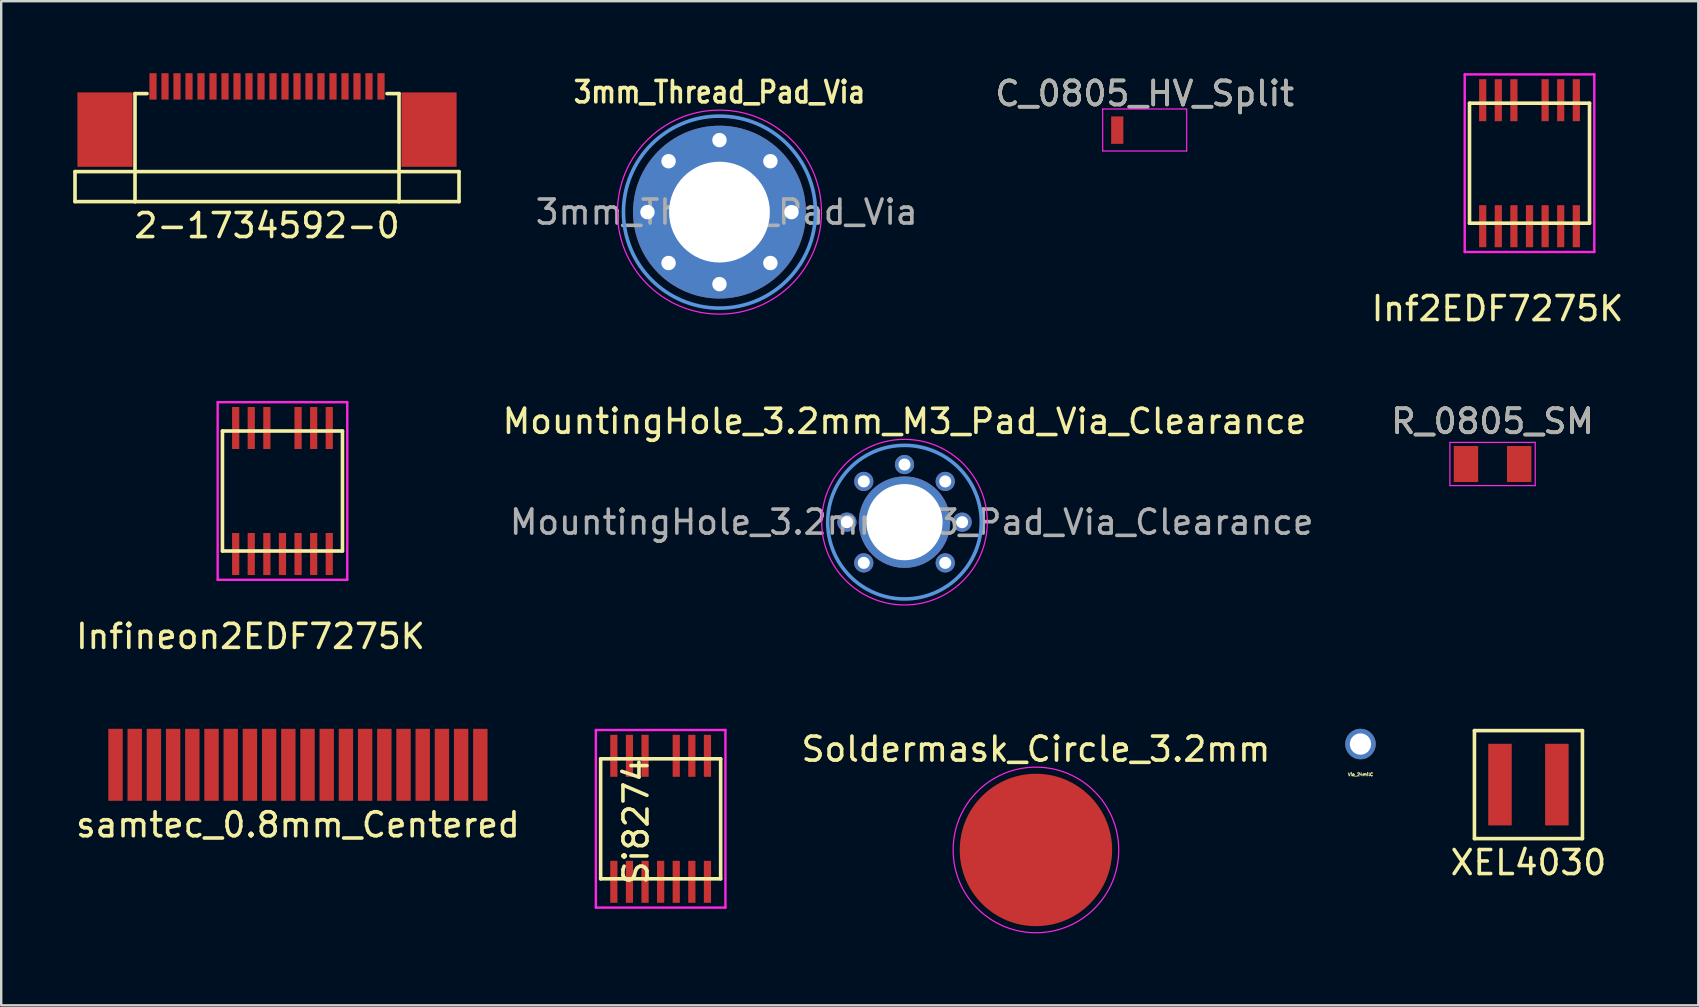
<source format=kicad_pcb>
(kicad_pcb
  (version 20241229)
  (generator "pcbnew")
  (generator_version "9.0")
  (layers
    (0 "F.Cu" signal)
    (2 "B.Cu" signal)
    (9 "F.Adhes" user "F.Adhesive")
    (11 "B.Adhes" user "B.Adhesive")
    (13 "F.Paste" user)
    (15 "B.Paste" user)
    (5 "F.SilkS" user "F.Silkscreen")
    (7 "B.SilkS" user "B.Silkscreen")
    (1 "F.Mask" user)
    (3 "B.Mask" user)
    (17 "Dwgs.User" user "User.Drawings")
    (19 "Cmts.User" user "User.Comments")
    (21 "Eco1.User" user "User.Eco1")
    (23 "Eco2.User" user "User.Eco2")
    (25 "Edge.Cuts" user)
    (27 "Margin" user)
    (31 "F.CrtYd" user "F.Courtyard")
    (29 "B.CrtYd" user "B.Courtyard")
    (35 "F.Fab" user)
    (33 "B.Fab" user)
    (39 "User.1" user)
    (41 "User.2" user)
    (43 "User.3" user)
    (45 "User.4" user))
  (footprint "2-1734592-0"
    (layer "F.Cu")
    (at 8.075 5.35)
    (property "Reference" "2-1734592-0" (at 0 1 0) (layer "F.SilkS") (effects (font (size 1 1) (thickness 0.15))))
    (attr through_hole)
    (fp_line (start -8 -1.25) (end -8 0) (stroke (width 0.15) (type solid)) (layer "F.SilkS"))
    (fp_line (start -8 -1.25) (end -5.5 -1.25) (stroke (width 0.15) (type solid)) (layer "F.SilkS"))
    (fp_line (start -5.5 -4.5) (end -5 -4.5) (stroke (width 0.15) (type solid)) (layer "F.SilkS"))
    (fp_line (start -5.5 -1.25) (end 5.5 -1.25) (stroke (width 0.15) (type solid)) (layer "F.SilkS"))
    (fp_line (start -5.5 0) (end -8 0) (stroke (width 0.15) (type solid)) (layer "F.SilkS"))
    (fp_line (start -5.5 0) (end -5.5 -4.5) (stroke (width 0.15) (type solid)) (layer "F.SilkS"))
    (fp_line (start -5.5 0) (end 5.5 0) (stroke (width 0.15) (type solid)) (layer "F.SilkS"))
    (fp_line (start 5 -4.5) (end 5.5 -4.5) (stroke (width 0.15) (type solid)) (layer "F.SilkS"))
    (fp_line (start 5.5 -4.5) (end 5.5 0) (stroke (width 0.15) (type solid)) (layer "F.SilkS"))
    (fp_line (start 5.5 -1.25) (end 8 -1.25) (stroke (width 0.15) (type solid)) (layer "F.SilkS"))
    (fp_line (start 8 0) (end 5.5 0) (stroke (width 0.15) (type solid)) (layer "F.SilkS"))
    (fp_line (start 8 0) (end 8 -1.25) (stroke (width 0.15) (type solid)) (layer "F.SilkS"))
    (pad "1" smd rect (at -4.75 -4.8) (size 0.3 1.1) (layers "F.Cu" "F.Mask" "F.Paste"))
    (pad "2" smd rect (at -4.25 -4.8) (size 0.3 1.1) (layers "F.Cu" "F.Mask" "F.Paste"))
    (pad "3" smd rect (at -3.75 -4.8) (size 0.3 1.1) (layers "F.Cu" "F.Mask" "F.Paste"))
    (pad "4" smd rect (at -3.25 -4.8) (size 0.3 1.1) (layers "F.Cu" "F.Mask" "F.Paste"))
    (pad "5" smd rect (at -2.75 -4.8) (size 0.3 1.1) (layers "F.Cu" "F.Mask" "F.Paste"))
    (pad "6" smd rect (at -2.25 -4.8) (size 0.3 1.1) (layers "F.Cu" "F.Mask" "F.Paste"))
    (pad "7" smd rect (at -1.75 -4.8) (size 0.3 1.1) (layers "F.Cu" "F.Mask" "F.Paste"))
    (pad "8" smd rect (at -1.25 -4.8) (size 0.3 1.1) (layers "F.Cu" "F.Mask" "F.Paste"))
    (pad "9" smd rect (at -0.75 -4.8) (size 0.3 1.1) (layers "F.Cu" "F.Mask" "F.Paste"))
    (pad "10" smd rect (at -0.25 -4.8) (size 0.3 1.1) (layers "F.Cu" "F.Mask" "F.Paste"))
    (pad "11" smd rect (at 0.25 -4.8) (size 0.3 1.1) (layers "F.Cu" "F.Mask" "F.Paste"))
    (pad "12" smd rect (at 0.75 -4.8) (size 0.3 1.1) (layers "F.Cu" "F.Mask" "F.Paste"))
    (pad "13" smd rect (at 1.25 -4.8) (size 0.3 1.1) (layers "F.Cu" "F.Mask" "F.Paste"))
    (pad "14" smd rect (at 1.75 -4.8) (size 0.3 1.1) (layers "F.Cu" "F.Mask" "F.Paste"))
    (pad "15" smd rect (at 2.25 -4.8) (size 0.3 1.1) (layers "F.Cu" "F.Mask" "F.Paste"))
    (pad "16" smd rect (at 2.75 -4.8) (size 0.3 1.1) (layers "F.Cu" "F.Mask" "F.Paste"))
    (pad "17" smd rect (at 3.25 -4.8) (size 0.3 1.1) (layers "F.Cu" "F.Mask" "F.Paste"))
    (pad "18" smd rect (at 3.75 -4.8) (size 0.3 1.1) (layers "F.Cu" "F.Mask" "F.Paste"))
    (pad "19" smd rect (at 4.25 -4.8) (size 0.3 1.1) (layers "F.Cu" "F.Mask" "F.Paste"))
    (pad "20" smd rect (at 4.75 -4.8) (size 0.3 1.1) (layers "F.Cu" "F.Mask" "F.Paste"))
    (pad "21" smd rect (at -6.75 -3) (size 2.3 3.1) (layers "F.Cu" "F.Mask" "F.Paste"))
    (pad "21" smd rect (at 6.75 -3) (size 2.3 3.1) (layers "F.Cu" "F.Mask" "F.Paste")))
  (footprint "C_0805_HV_Split"
    (layer "F.Cu")
    (at 44.644 2.372)
    (property "Reference" "C_0805_HV_Split" (at 0 -1.524 0) (layer "F.SilkS") (effects (font (size 1 1) (thickness 0.15))))
    (attr smd)
    (fp_line (start -1.75 -0.88) (end -1.75 0.87) (stroke (width 0.05) (type solid)) (layer "F.CrtYd"))
    (fp_line (start -1.75 -0.88) (end 1.75 -0.88) (stroke (width 0.05) (type solid)) (layer "F.CrtYd"))
    (fp_line (start 1.75 0.87) (end -1.75 0.87) (stroke (width 0.05) (type solid)) (layer "F.CrtYd"))
    (fp_line (start 1.75 0.87) (end 1.75 -0.88) (stroke (width 0.05) (type solid)) (layer "F.CrtYd"))
    (fp_text user "${REFERENCE}" (at 0 -1.524 0) (layer "F.Fab") (effects (font (size 1 1) (thickness 0.15))))
    (pad "1" smd rect (at -1.143 0) (size 0.508 1.143) (layers "F.Cu" "F.Mask" "F.Paste")))
  (footprint "MountingHole_3.2mm_M3_Pad_Via_Clearance"
    (layer "F.Cu")
    (at 34.637 18.706)
    (property "Reference" "MountingHole_3.2mm_M3_Pad_Via_Clearance" (at 0 -4.2 0) (layer "F.SilkS") (effects (font (size 1 1) (thickness 0.15))))
    (attr exclude_from_pos_files exclude_from_bom)
    (fp_circle (center 0 0) (end 3.2 0) (stroke (width 0.15) (type solid)) (fill no) (layer "Cmts.User"))
    (fp_circle (center 0 0) (end 3.45 0) (stroke (width 0.05) (type solid)) (fill no) (layer "F.CrtYd"))
    (fp_text user "${REFERENCE}" (at 0.3 0 0) (layer "F.Fab") (effects (font (size 1 1) (thickness 0.15))))
    (pad "1" thru_hole circle (at -2.4 0) (size 0.8 0.8) (drill 0.5) (layers "*.Cu" "*.Mask"))
    (pad "1" thru_hole circle (at -1.697 -1.697) (size 0.8 0.8) (drill 0.5) (layers "*.Cu" "*.Mask"))
    (pad "1" thru_hole circle (at -1.697 1.697) (size 0.8 0.8) (drill 0.5) (layers "*.Cu" "*.Mask"))
    (pad "1" thru_hole circle (at 0 -2.4) (size 0.8 0.8) (drill 0.5) (layers "*.Cu" "*.Mask"))
    (pad "1" thru_hole circle (at 0 0) (size 3.81 3.81) (drill 3.175) (layers "*.Cu" "*.Mask"))
    (pad "1" thru_hole circle (at 1.697 -1.697) (size 0.8 0.8) (drill 0.5) (layers "*.Cu" "*.Mask"))
    (pad "1" thru_hole circle (at 1.697 1.697) (size 0.8 0.8) (drill 0.5) (layers "*.Cu" "*.Mask"))
    (pad "1" thru_hole circle (at 2.4 0) (size 0.8 0.8) (drill 0.5) (layers "*.Cu" "*.Mask")))
  (footprint "Infineon2EDF7275K"
    (layer "F.Cu")
    (at 6.219 14.908)
    (property "Reference" "Infineon2EDF7275K" (at 1.168 8.56 0) (layer "F.SilkS") (effects (font (size 1 1) (thickness 0.15))))
    (attr through_hole)
    (fp_line (start 0 0) (end 0 5) (stroke (width 0.15) (type solid)) (layer "F.SilkS"))
    (fp_line (start 0 0) (end 5 0) (stroke (width 0.15) (type solid)) (layer "F.SilkS"))
    (fp_line (start 0 5) (end 5 5) (stroke (width 0.15) (type solid)) (layer "F.SilkS"))
    (fp_line (start 5 0) (end 5 5) (stroke (width 0.15) (type solid)) (layer "F.SilkS"))
    (fp_line (start -0.2 -1.2) (end -0.2 6.2) (stroke (width 0.1) (type solid)) (layer "F.CrtYd"))
    (fp_line (start -0.2 -1.2) (end 5.2 -1.2) (stroke (width 0.1) (type solid)) (layer "F.CrtYd"))
    (fp_line (start -0.2 6.2) (end 5.2 6.2) (stroke (width 0.1) (type solid)) (layer "F.CrtYd"))
    (fp_line (start 5.2 -1.2) (end 5.2 6.2) (stroke (width 0.1) (type solid)) (layer "F.CrtYd"))
    (pad "1" smd rect (at 4.45 5.125) (size 0.3 1.75) (layers "F.Cu" "F.Mask" "F.Paste"))
    (pad "2" smd rect (at 3.8 5.125) (size 0.3 1.75) (layers "F.Cu" "F.Mask" "F.Paste"))
    (pad "3" smd rect (at 3.15 5.125) (size 0.3 1.75) (layers "F.Cu" "F.Mask" "F.Paste"))
    (pad "4" smd rect (at 2.5 5.125) (size 0.3 1.75) (layers "F.Cu" "F.Mask" "F.Paste"))
    (pad "5" smd rect (at 1.85 5.125) (size 0.3 1.75) (layers "F.Cu" "F.Mask" "F.Paste"))
    (pad "6" smd rect (at 1.2 5.125) (size 0.3 1.75) (layers "F.Cu" "F.Mask" "F.Paste"))
    (pad "7" smd rect (at 0.55 5.125) (size 0.3 1.75) (layers "F.Cu" "F.Mask" "F.Paste"))
    (pad "8" smd rect (at 0.55 -0.125) (size 0.3 1.75) (layers "F.Cu" "F.Mask" "F.Paste"))
    (pad "9" smd rect (at 1.2 -0.125) (size 0.3 1.75) (layers "F.Cu" "F.Mask" "F.Paste"))
    (pad "10" smd rect (at 1.85 -0.125) (size 0.3 1.75) (layers "F.Cu" "F.Mask" "F.Paste"))
    (pad "11" smd rect (at 3.15 -0.125) (size 0.3 1.75) (layers "F.Cu" "F.Mask" "F.Paste"))
    (pad "12" smd rect (at 3.8 -0.125) (size 0.3 1.75) (layers "F.Cu" "F.Mask" "F.Paste"))
    (pad "13" smd rect (at 4.45 -0.125) (size 0.3 1.75) (layers "F.Cu" "F.Mask" "F.Paste")))
  (footprint "Inf2EDF7275K"
    (layer "F.Cu")
    (at 58.178 1.25)
    (property "Reference" "Inf2EDF7275K" (at 1.168 8.56 0) (layer "F.SilkS") (effects (font (size 1 1) (thickness 0.15))))
    (attr through_hole)
    (fp_line (start 0 0) (end 0 5) (stroke (width 0.15) (type solid)) (layer "F.SilkS"))
    (fp_line (start 0 0) (end 5 0) (stroke (width 0.15) (type solid)) (layer "F.SilkS"))
    (fp_line (start 0 5) (end 5 5) (stroke (width 0.15) (type solid)) (layer "F.SilkS"))
    (fp_line (start 5 0) (end 5 5) (stroke (width 0.15) (type solid)) (layer "F.SilkS"))
    (fp_line (start -0.2 -1.2) (end -0.2 6.2) (stroke (width 0.1) (type solid)) (layer "F.CrtYd"))
    (fp_line (start -0.2 -1.2) (end 5.2 -1.2) (stroke (width 0.1) (type solid)) (layer "F.CrtYd"))
    (fp_line (start -0.2 6.2) (end 5.2 6.2) (stroke (width 0.1) (type solid)) (layer "F.CrtYd"))
    (fp_line (start 5.2 -1.2) (end 5.2 6.2) (stroke (width 0.1) (type solid)) (layer "F.CrtYd"))
    (pad "1" smd rect (at 4.45 5.125) (size 0.3 1.75) (layers "F.Cu" "F.Mask" "F.Paste"))
    (pad "2" smd rect (at 3.8 5.125) (size 0.3 1.75) (layers "F.Cu" "F.Mask" "F.Paste"))
    (pad "3" smd rect (at 3.15 5.125) (size 0.3 1.75) (layers "F.Cu" "F.Mask" "F.Paste"))
    (pad "4" smd rect (at 2.5 5.125) (size 0.3 1.75) (layers "F.Cu" "F.Mask" "F.Paste"))
    (pad "5" smd rect (at 1.85 5.125) (size 0.3 1.75) (layers "F.Cu" "F.Mask" "F.Paste"))
    (pad "6" smd rect (at 1.2 5.125) (size 0.3 1.75) (layers "F.Cu" "F.Mask" "F.Paste"))
    (pad "7" smd rect (at 0.55 5.125) (size 0.3 1.75) (layers "F.Cu" "F.Mask" "F.Paste"))
    (pad "8" smd rect (at 0.55 -0.125) (size 0.3 1.75) (layers "F.Cu" "F.Mask" "F.Paste"))
    (pad "9" smd rect (at 1.2 -0.125) (size 0.3 1.75) (layers "F.Cu" "F.Mask" "F.Paste"))
    (pad "10" smd rect (at 1.85 -0.125) (size 0.3 1.75) (layers "F.Cu" "F.Mask" "F.Paste"))
    (pad "11" smd rect (at 3.15 -0.125) (size 0.3 1.75) (layers "F.Cu" "F.Mask" "F.Paste"))
    (pad "12" smd rect (at 3.8 -0.125) (size 0.3 1.75) (layers "F.Cu" "F.Mask" "F.Paste"))
    (pad "13" smd rect (at 4.45 -0.125) (size 0.3 1.75) (layers "F.Cu" "F.Mask" "F.Paste")))
  (footprint "Si8274"
    (layer "F.Cu")
    (at 21.976 28.566)
    (property "Reference" "Si8274" (at 1.475 2.617 90) (layer "F.SilkS") (effects (font (size 1 1) (thickness 0.15))))
    (attr through_hole)
    (fp_line (start 0 0) (end 0 5) (stroke (width 0.15) (type solid)) (layer "F.SilkS"))
    (fp_line (start 0 0) (end 5 0) (stroke (width 0.15) (type solid)) (layer "F.SilkS"))
    (fp_line (start 0 5) (end 5 5) (stroke (width 0.15) (type solid)) (layer "F.SilkS"))
    (fp_line (start 5 0) (end 5 5) (stroke (width 0.15) (type solid)) (layer "F.SilkS"))
    (fp_line (start -0.2 -1.2) (end -0.2 6.2) (stroke (width 0.1) (type solid)) (layer "F.CrtYd"))
    (fp_line (start -0.2 -1.2) (end 5.2 -1.2) (stroke (width 0.1) (type solid)) (layer "F.CrtYd"))
    (fp_line (start -0.2 6.2) (end 5.2 6.2) (stroke (width 0.1) (type solid)) (layer "F.CrtYd"))
    (fp_line (start 5.2 -1.2) (end 5.2 6.2) (stroke (width 0.1) (type solid)) (layer "F.CrtYd"))
    (pad "1" smd rect (at 0.55 5.125) (size 0.3 1.75) (layers "F.Cu" "F.Mask" "F.Paste"))
    (pad "2" smd rect (at 1.2 5.125) (size 0.3 1.75) (layers "F.Cu" "F.Mask" "F.Paste"))
    (pad "3" smd rect (at 1.85 5.125) (size 0.3 1.75) (layers "F.Cu" "F.Mask" "F.Paste"))
    (pad "4" smd rect (at 2.5 5.125) (size 0.3 1.75) (layers "F.Cu" "F.Mask" "F.Paste"))
    (pad "5" smd rect (at 3.15 5.125) (size 0.3 1.75) (layers "F.Cu" "F.Mask" "F.Paste"))
    (pad "6" smd rect (at 3.8 5.125) (size 0.3 1.75) (layers "F.Cu" "F.Mask" "F.Paste"))
    (pad "7" smd rect (at 4.45 5.125) (size 0.3 1.75) (layers "F.Cu" "F.Mask" "F.Paste"))
    (pad "8" smd rect (at 4.45 -0.125) (size 0.3 1.75) (layers "F.Cu" "F.Mask" "F.Paste"))
    (pad "9" smd rect (at 3.8 -0.125) (size 0.3 1.75) (layers "F.Cu" "F.Mask" "F.Paste"))
    (pad "10" smd rect (at 3.15 -0.125) (size 0.3 1.75) (layers "F.Cu" "F.Mask" "F.Paste"))
    (pad "12" smd rect (at 1.85 -0.125) (size 0.3 1.75) (layers "F.Cu" "F.Mask" "F.Paste"))
    (pad "13" smd rect (at 1.2 -0.125) (size 0.3 1.75) (layers "F.Cu" "F.Mask" "F.Paste"))
    (pad "14" smd rect (at 0.55 -0.125) (size 0.3 1.75) (layers "F.Cu" "F.Mask" "F.Paste")))
  (footprint "3mm_Thread_Pad_Via"
    (layer "F.Cu")
    (at 26.927 5.788)
    (property "Reference" "3mm_Thread_Pad_Via" (at 0 -5 0) (layer "F.SilkS") (effects (font (size 0.889 0.762) (thickness 0.152))))
    (attr exclude_from_pos_files exclude_from_bom)
    (fp_circle (center 0 0) (end 4 0) (stroke (width 0.15) (type solid)) (fill no) (layer "Cmts.User"))
    (fp_circle (center 0 0) (end 4.25 0) (stroke (width 0.05) (type solid)) (fill no) (layer "F.CrtYd"))
    (fp_text user "${REFERENCE}" (at 0.3 0 0) (layer "F.Fab") (effects (font (size 1 1) (thickness 0.15))))
    (pad "1" thru_hole circle (at -3 0) (size 0.9 0.9) (drill 0.6) (layers "*.Cu" "*.Mask"))
    (pad "1" thru_hole circle (at -2.121 -2.121) (size 0.9 0.9) (drill 0.6) (layers "*.Cu" "*.Mask"))
    (pad "1" thru_hole circle (at -2.121 2.121) (size 0.9 0.9) (drill 0.6) (layers "*.Cu" "*.Mask"))
    (pad "1" thru_hole circle (at 0 -3) (size 0.9 0.9) (drill 0.6) (layers "*.Cu" "*.Mask"))
    (pad "1" thru_hole circle (at 0 0) (size 7.2 7.2) (drill 4.2) (layers "*.Cu" "*.Mask"))
    (pad "1" thru_hole circle (at 0 3) (size 0.9 0.9) (drill 0.6) (layers "*.Cu" "*.Mask"))
    (pad "1" thru_hole circle (at 2.121 -2.121) (size 0.9 0.9) (drill 0.6) (layers "*.Cu" "*.Mask"))
    (pad "1" thru_hole circle (at 2.121 2.121) (size 0.9 0.9) (drill 0.6) (layers "*.Cu" "*.Mask"))
    (pad "1" thru_hole circle (at 3 0) (size 0.9 0.9) (drill 0.6) (layers "*.Cu" "*.Mask")))
  (footprint "Soldermask_Circle_3.2mm"
    (layer "F.Cu")
    (at 40.113 32.364)
    (property "Reference" "Soldermask_Circle_3.2mm" (at 0 -4.2 0) (layer "F.SilkS") (effects (font (size 1 1) (thickness 0.15))))
    (attr exclude_from_pos_files exclude_from_bom)
    (fp_circle (center 0 0) (end 3.45 0) (stroke (width 0.05) (type solid)) (fill no) (layer "F.CrtYd"))
    (pad "1" smd circle (at 0 0) (size 6.35 6.35) (layers "*.Mask" "F.Cu")))
  (footprint "XEL4030"
    (layer "F.Cu")
    (at 60.633 29.641)
    (property "Reference" "XEL4030" (at 0 3.25 0) (layer "F.SilkS") (effects (font (size 1 1) (thickness 0.15))))
    (attr through_hole)
    (fp_line (start -2.25 -2.25) (end 2.25 -2.25) (stroke (width 0.15) (type solid)) (layer "F.SilkS"))
    (fp_line (start -2.25 2.25) (end -2.25 -2.25) (stroke (width 0.15) (type solid)) (layer "F.SilkS"))
    (fp_line (start 2.25 -2.25) (end 2.25 2.25) (stroke (width 0.15) (type solid)) (layer "F.SilkS"))
    (fp_line (start 2.25 2.25) (end -2.25 2.25) (stroke (width 0.15) (type solid)) (layer "F.SilkS"))
    (pad "1" smd rect (at -1.185 0) (size 0.98 3.4) (layers "F.Cu" "F.Mask" "F.Paste"))
    (pad "2" smd rect (at 1.185 0) (size 0.98 3.4) (layers "F.Cu" "F.Mask" "F.Paste")))
  (footprint "samtec_0.8mm_Centered"
    (layer "F.Cu")
    (at 9.363 28.816)
    (property "Reference" "samtec_0.8mm_Centered" (at 0 2.5 0) (layer "F.SilkS") (effects (font (size 1 1) (thickness 0.15))))
    (attr through_hole)
    (pad "1" smd rect (at -7.6 0) (size 0.6 3) (layers "F.Cu" "F.Mask" "F.Paste"))
    (pad "2" smd rect (at -6.8 0) (size 0.6 3) (layers "F.Cu" "F.Mask" "F.Paste"))
    (pad "3" smd rect (at -6 0) (size 0.6 3) (layers "F.Cu" "F.Mask" "F.Paste"))
    (pad "4" smd rect (at -5.2 0) (size 0.6 3) (layers "F.Cu" "F.Mask" "F.Paste"))
    (pad "5" smd rect (at -4.4 0) (size 0.6 3) (layers "F.Cu" "F.Mask" "F.Paste"))
    (pad "6" smd rect (at -3.6 0) (size 0.6 3) (layers "F.Cu" "F.Mask" "F.Paste"))
    (pad "7" smd rect (at -2.8 0) (size 0.6 3) (layers "F.Cu" "F.Mask" "F.Paste"))
    (pad "8" smd rect (at -2 0) (size 0.6 3) (layers "F.Cu" "F.Mask" "F.Paste"))
    (pad "9" smd rect (at -1.2 0) (size 0.6 3) (layers "F.Cu" "F.Mask" "F.Paste"))
    (pad "10" smd rect (at -0.4 0) (size 0.6 3) (layers "F.Cu" "F.Mask" "F.Paste"))
    (pad "11" smd rect (at 0.4 0) (size 0.6 3) (layers "F.Cu" "F.Mask" "F.Paste"))
    (pad "12" smd rect (at 1.2 0) (size 0.6 3) (layers "F.Cu" "F.Mask" "F.Paste"))
    (pad "13" smd rect (at 2 0) (size 0.6 3) (layers "F.Cu" "F.Mask" "F.Paste"))
    (pad "14" smd rect (at 2.8 0) (size 0.6 3) (layers "F.Cu" "F.Mask" "F.Paste"))
    (pad "15" smd rect (at 3.6 0) (size 0.6 3) (layers "F.Cu" "F.Mask" "F.Paste"))
    (pad "16" smd rect (at 4.4 0) (size 0.6 3) (layers "F.Cu" "F.Mask" "F.Paste"))
    (pad "17" smd rect (at 5.2 0) (size 0.6 3) (layers "F.Cu" "F.Mask" "F.Paste"))
    (pad "18" smd rect (at 6 0) (size 0.6 3) (layers "F.Cu" "F.Mask" "F.Paste"))
    (pad "19" smd rect (at 6.8 0) (size 0.6 3) (layers "F.Cu" "F.Mask" "F.Paste"))
    (pad "20" smd rect (at 7.6 0) (size 0.6 3) (layers "F.Cu" "F.Mask" "F.Paste")))
  (footprint "Via_24milC"
    (layer "F.Cu")
    (at 53.635 27.951)
    (property "Reference" "Via_24milC" (at 0 1.27 0) (layer "F.SilkS") (effects (font (size 0.127 0.127) (thickness 0.032))))
    (attr through_hole)
    (pad "1" thru_hole circle (at 0 0) (size 1.27 1.27) (drill 0.889) (layers "*.Cu" "*.Mask")))
  (footprint "R_0805_SM"
    (layer "F.Cu")
    (at 59.139 16.284)
    (property "Reference" "R_0805_SM" (at 0 -1.778 0) (layer "F.SilkS") (effects (font (size 1 1) (thickness 0.15))))
    (attr smd)
    (fp_line (start -1.778 -0.9) (end -1.778 0.9) (stroke (width 0.05) (type solid)) (layer "F.CrtYd"))
    (fp_line (start -1.778 -0.9) (end 1.778 -0.9) (stroke (width 0.05) (type solid)) (layer "F.CrtYd"))
    (fp_line (start 1.778 0.9) (end -1.778 0.9) (stroke (width 0.05) (type solid)) (layer "F.CrtYd"))
    (fp_line (start 1.778 0.9) (end 1.778 -0.9) (stroke (width 0.05) (type solid)) (layer "F.CrtYd"))
    (fp_text user "${REFERENCE}" (at 0 -1.778 0) (layer "F.Fab") (effects (font (size 1 1) (thickness 0.15))))
    (pad "1" smd rect (at -1.109 0) (size 1.016 1.5) (layers "F.Cu" "F.Mask" "F.Paste"))
    (pad "2" smd rect (at 1.109 0) (size 1.016 1.5) (layers "F.Cu" "F.Mask" "F.Paste")))
  (gr_rect
    (start -3 -3)
    (end 67.71 38.839)
    (stroke (width 0.1) (type default))
    (fill no)
    (layer "Edge.Cuts")))
</source>
